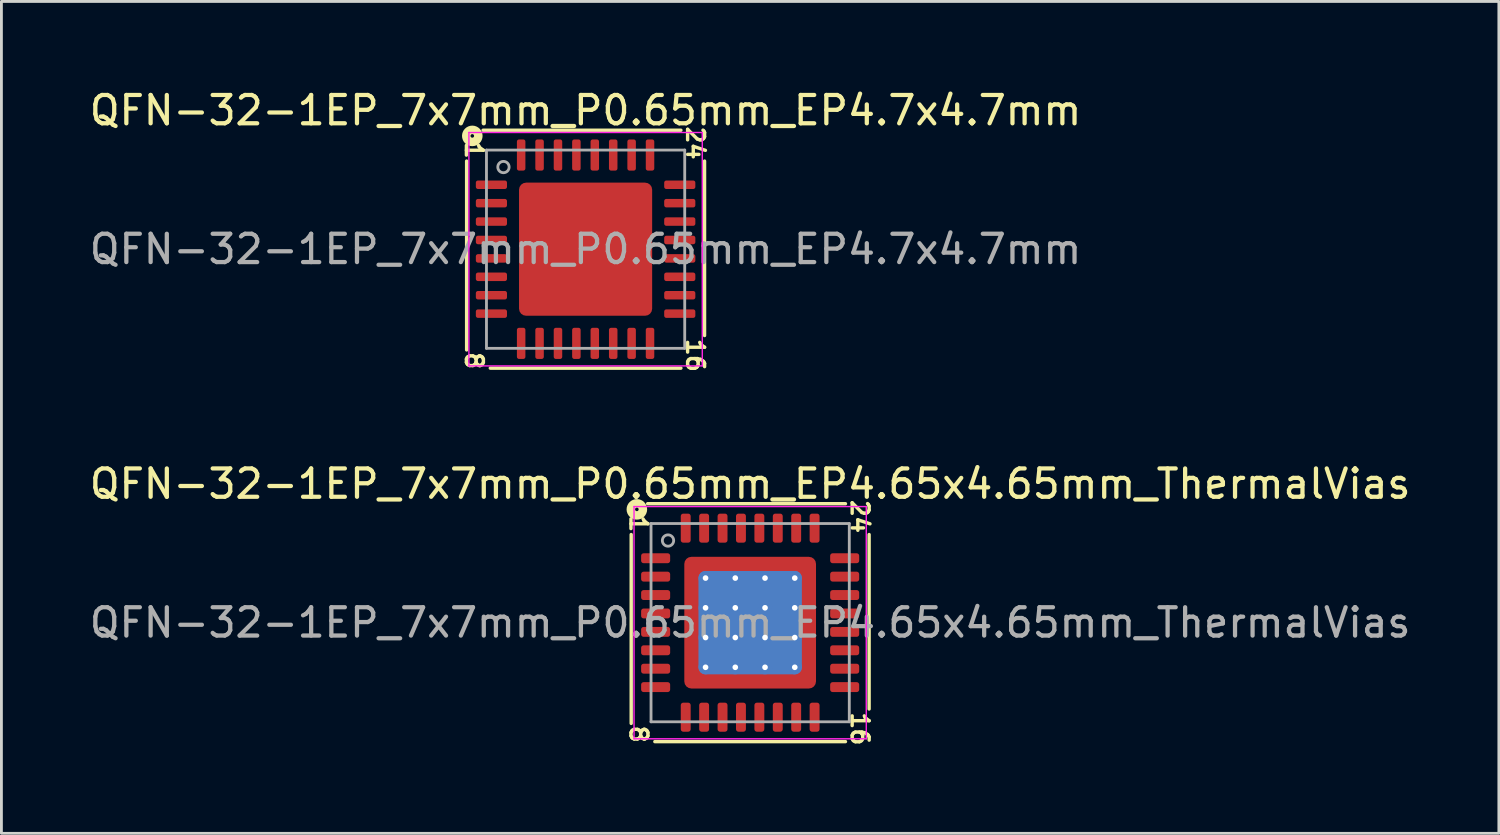
<source format=kicad_pcb>
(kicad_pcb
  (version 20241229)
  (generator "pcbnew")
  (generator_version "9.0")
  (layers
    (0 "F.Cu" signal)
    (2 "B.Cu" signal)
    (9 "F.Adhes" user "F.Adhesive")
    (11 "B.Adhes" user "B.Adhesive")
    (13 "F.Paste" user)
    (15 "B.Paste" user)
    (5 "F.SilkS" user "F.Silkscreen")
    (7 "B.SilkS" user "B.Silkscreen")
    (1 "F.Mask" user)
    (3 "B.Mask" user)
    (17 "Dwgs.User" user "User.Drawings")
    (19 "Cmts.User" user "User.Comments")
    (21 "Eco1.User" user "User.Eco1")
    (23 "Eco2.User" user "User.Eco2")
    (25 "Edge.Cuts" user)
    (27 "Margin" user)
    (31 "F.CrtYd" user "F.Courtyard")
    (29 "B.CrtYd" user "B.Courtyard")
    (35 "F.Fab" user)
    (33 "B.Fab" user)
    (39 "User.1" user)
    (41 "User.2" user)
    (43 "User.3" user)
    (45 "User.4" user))
  (footprint "QFN-32-1EP_7x7mm_P0.65mm_EP4.65x4.65mm_ThermalVias"
    (layer "F.Cu")
    (at 23.435 18.934)
    (property "Reference" "QFN-32-1EP_7x7mm_P0.65mm_EP4.65x4.65mm_ThermalVias" (at 0 -4.9 0) (layer "F.SilkS") (effects (font (size 1 1) (thickness 0.15))))
    (attr smd)
    (fp_line (start -4.2 -3.111) (end -4.2 3.556) (stroke (width 0.12) (type solid)) (layer "F.SilkS"))
    (fp_line (start -3.365 4.2) (end 3.365 4.2) (stroke (width 0.12) (type solid)) (layer "F.SilkS"))
    (fp_line (start 3.365 -4.2) (end -3.619 -4.2) (stroke (width 0.12) (type solid)) (layer "F.SilkS"))
    (fp_line (start 4.2 3.048) (end 4.2 -3.111) (stroke (width 0.12) (type solid)) (layer "F.SilkS"))
    (fp_circle (center -4 -4) (end -3.937 -4) (stroke (width 0.3) (type solid)) (fill no) (layer "F.SilkS"))
    (fp_line (start -4.1 -4.1) (end -4.1 4.1) (stroke (width 0.05) (type solid)) (layer "F.CrtYd"))
    (fp_line (start -4.1 4.1) (end 4.1 4.1) (stroke (width 0.05) (type solid)) (layer "F.CrtYd"))
    (fp_line (start 4.1 -4.1) (end -4.1 -4.1) (stroke (width 0.05) (type solid)) (layer "F.CrtYd"))
    (fp_line (start 4.1 4.1) (end 4.1 -4.1) (stroke (width 0.05) (type solid)) (layer "F.CrtYd"))
    (fp_line (start -3.5 -3.5) (end 3.5 -3.5) (stroke (width 0.1) (type solid)) (layer "F.Fab"))
    (fp_line (start -3.5 3.5) (end -3.5 -3.5) (stroke (width 0.1) (type solid)) (layer "F.Fab"))
    (fp_line (start 3.5 -3.5) (end 3.5 3.5) (stroke (width 0.1) (type solid)) (layer "F.Fab"))
    (fp_line (start 3.5 3.5) (end -3.5 3.5) (stroke (width 0.1) (type solid)) (layer "F.Fab"))
    (fp_circle (center -2.9 -2.9) (end -2.7 -2.9) (stroke (width 0.1) (type solid)) (fill no) (layer "F.Fab"))
    (fp_text user "8" (at -3.937 3.937 270) (unlocked yes) (layer "F.SilkS") (effects (font (size 0.6 0.6) (thickness 0.12))))
    (fp_text user "16" (at 3.873 3.747 270) (unlocked yes) (layer "F.SilkS") (effects (font (size 0.6 0.6) (thickness 0.12))))
    (fp_text user "24" (at 3.873 -3.747 270) (unlocked yes) (layer "F.SilkS") (effects (font (size 0.6 0.6) (thickness 0.12))))
    (fp_text user "1" (at -3.937 -3.493 270) (unlocked yes) (layer "F.SilkS") (effects (font (size 0.6 0.6) (thickness 0.12))))
    (fp_text user "${REFERENCE}" (at 0 0 0) (layer "F.Fab") (effects (font (size 1 1) (thickness 0.15))))
    (pad "" smd custom (at -1.95 -1.95) (size 0.507 0.507) (layers "F.Paste") (options (anchor circle)) (primitives (gr_poly (pts (xy 0.205 0.125) (xy 0.125 0.205) (xy -0.205 0.205) (xy -0.205 -0.205) (xy 0.205 -0.205)) (width 0.194) (fill yes))))
    (pad "" smd custom (at -1.95 -1.05) (size 0.528 0.528) (layers "F.Paste") (options (anchor circle)) (primitives (gr_poly (pts (xy 0.226 -0.283) (xy 0.226 0.283) (xy 0.162 0.347) (xy -0.226 0.347) (xy -0.226 -0.347) (xy 0.162 -0.347)) (width 0.153) (fill yes))))
    (pad "" smd custom (at -1.95 0) (size 0.528 0.528) (layers "F.Paste") (options (anchor circle)) (primitives (gr_poly (pts (xy 0.226 -0.283) (xy 0.226 0.283) (xy 0.162 0.347) (xy -0.226 0.347) (xy -0.226 -0.347) (xy 0.162 -0.347)) (width 0.153) (fill yes))))
    (pad "" smd custom (at -1.95 1.05) (size 0.528 0.528) (layers "F.Paste") (options (anchor circle)) (primitives (gr_poly (pts (xy 0.226 -0.283) (xy 0.226 0.283) (xy 0.162 0.347) (xy -0.226 0.347) (xy -0.226 -0.347) (xy 0.162 -0.347)) (width 0.153) (fill yes))))
    (pad "" smd custom (at -1.95 1.95) (size 0.507 0.507) (layers "F.Paste") (options (anchor circle)) (primitives (gr_poly (pts (xy 0.205 -0.125) (xy 0.205 0.205) (xy -0.205 0.205) (xy -0.205 -0.205) (xy 0.125 -0.205)) (width 0.194) (fill yes))))
    (pad "" smd custom (at -1.05 -1.95) (size 0.528 0.528) (layers "F.Paste") (options (anchor circle)) (primitives (gr_poly (pts (xy 0.347 0.162) (xy 0.283 0.226) (xy -0.283 0.226) (xy -0.347 0.162) (xy -0.347 -0.226) (xy 0.347 -0.226)) (width 0.153) (fill yes))))
    (pad "" smd roundrect (at -1.05 -1.05) (size 0.847 0.847) (layers "F.Paste") (roundrect_rratio 0.25))
    (pad "" smd roundrect (at -1.05 0) (size 0.847 0.847) (layers "F.Paste") (roundrect_rratio 0.25))
    (pad "" smd roundrect (at -1.05 1.05) (size 0.847 0.847) (layers "F.Paste") (roundrect_rratio 0.25))
    (pad "" smd custom (at -1.05 1.95) (size 0.528 0.528) (layers "F.Paste") (options (anchor circle)) (primitives (gr_poly (pts (xy 0.347 -0.162) (xy 0.347 0.226) (xy -0.347 0.226) (xy -0.347 -0.162) (xy -0.283 -0.226) (xy 0.283 -0.226)) (width 0.153) (fill yes))))
    (pad "" smd custom (at 0 -1.95) (size 0.528 0.528) (layers "F.Paste") (options (anchor circle)) (primitives (gr_poly (pts (xy 0.347 0.162) (xy 0.283 0.226) (xy -0.283 0.226) (xy -0.347 0.162) (xy -0.347 -0.226) (xy 0.347 -0.226)) (width 0.153) (fill yes))))
    (pad "" smd roundrect (at 0 -1.05) (size 0.847 0.847) (layers "F.Paste") (roundrect_rratio 0.25))
    (pad "" smd roundrect (at 0 0) (size 0.847 0.847) (layers "F.Paste") (roundrect_rratio 0.25))
    (pad "" smd roundrect (at 0 1.05) (size 0.847 0.847) (layers "F.Paste") (roundrect_rratio 0.25))
    (pad "" smd custom (at 0 1.95) (size 0.528 0.528) (layers "F.Paste") (options (anchor circle)) (primitives (gr_poly (pts (xy 0.347 -0.162) (xy 0.347 0.226) (xy -0.347 0.226) (xy -0.347 -0.162) (xy -0.283 -0.226) (xy 0.283 -0.226)) (width 0.153) (fill yes))))
    (pad "" smd custom (at 1.05 -1.95) (size 0.528 0.528) (layers "F.Paste") (options (anchor circle)) (primitives (gr_poly (pts (xy 0.347 0.162) (xy 0.283 0.226) (xy -0.283 0.226) (xy -0.347 0.162) (xy -0.347 -0.226) (xy 0.347 -0.226)) (width 0.153) (fill yes))))
    (pad "" smd roundrect (at 1.05 -1.05) (size 0.847 0.847) (layers "F.Paste") (roundrect_rratio 0.25))
    (pad "" smd roundrect (at 1.05 0) (size 0.847 0.847) (layers "F.Paste") (roundrect_rratio 0.25))
    (pad "" smd roundrect (at 1.05 1.05) (size 0.847 0.847) (layers "F.Paste") (roundrect_rratio 0.25))
    (pad "" smd custom (at 1.05 1.95) (size 0.528 0.528) (layers "F.Paste") (options (anchor circle)) (primitives (gr_poly (pts (xy 0.347 -0.162) (xy 0.347 0.226) (xy -0.347 0.226) (xy -0.347 -0.162) (xy -0.283 -0.226) (xy 0.283 -0.226)) (width 0.153) (fill yes))))
    (pad "" smd custom (at 1.95 -1.95) (size 0.507 0.507) (layers "F.Paste") (options (anchor circle)) (primitives (gr_poly (pts (xy 0.205 0.205) (xy -0.125 0.205) (xy -0.205 0.125) (xy -0.205 -0.205) (xy 0.205 -0.205)) (width 0.194) (fill yes))))
    (pad "" smd custom (at 1.95 -1.05) (size 0.528 0.528) (layers "F.Paste") (options (anchor circle)) (primitives (gr_poly (pts (xy 0.226 0.347) (xy -0.162 0.347) (xy -0.226 0.283) (xy -0.226 -0.283) (xy -0.162 -0.347) (xy 0.226 -0.347)) (width 0.153) (fill yes))))
    (pad "" smd custom (at 1.95 0) (size 0.528 0.528) (layers "F.Paste") (options (anchor circle)) (primitives (gr_poly (pts (xy 0.226 0.347) (xy -0.162 0.347) (xy -0.226 0.283) (xy -0.226 -0.283) (xy -0.162 -0.347) (xy 0.226 -0.347)) (width 0.153) (fill yes))))
    (pad "" smd custom (at 1.95 1.05) (size 0.528 0.528) (layers "F.Paste") (options (anchor circle)) (primitives (gr_poly (pts (xy 0.226 0.347) (xy -0.162 0.347) (xy -0.226 0.283) (xy -0.226 -0.283) (xy -0.162 -0.347) (xy 0.226 -0.347)) (width 0.153) (fill yes))))
    (pad "" smd custom (at 1.95 1.95) (size 0.507 0.507) (layers "F.Paste") (options (anchor circle)) (primitives (gr_poly (pts (xy 0.205 0.205) (xy -0.205 0.205) (xy -0.205 -0.125) (xy -0.125 -0.205) (xy 0.205 -0.205)) (width 0.194) (fill yes))))
    (pad "1" smd roundrect (at -3.337 -2.275) (size 1.025 0.35) (layers "F.Cu" "F.Mask" "F.Paste") (roundrect_rratio 0.25))
    (pad "2" smd roundrect (at -3.337 -1.625) (size 1.025 0.35) (layers "F.Cu" "F.Mask" "F.Paste") (roundrect_rratio 0.25))
    (pad "3" smd roundrect (at -3.337 -0.975) (size 1.025 0.35) (layers "F.Cu" "F.Mask" "F.Paste") (roundrect_rratio 0.25))
    (pad "4" smd roundrect (at -3.337 -0.325) (size 1.025 0.35) (layers "F.Cu" "F.Mask" "F.Paste") (roundrect_rratio 0.25))
    (pad "5" smd roundrect (at -3.337 0.325) (size 1.025 0.35) (layers "F.Cu" "F.Mask" "F.Paste") (roundrect_rratio 0.25))
    (pad "6" smd roundrect (at -3.337 0.975) (size 1.025 0.35) (layers "F.Cu" "F.Mask" "F.Paste") (roundrect_rratio 0.25))
    (pad "7" smd roundrect (at -3.337 1.625) (size 1.025 0.35) (layers "F.Cu" "F.Mask" "F.Paste") (roundrect_rratio 0.25))
    (pad "8" smd roundrect (at -3.337 2.275) (size 1.025 0.35) (layers "F.Cu" "F.Mask" "F.Paste") (roundrect_rratio 0.25))
    (pad "9" smd roundrect (at -2.275 3.337) (size 0.35 1.025) (layers "F.Cu" "F.Mask" "F.Paste") (roundrect_rratio 0.25))
    (pad "10" smd roundrect (at -1.625 3.337) (size 0.35 1.025) (layers "F.Cu" "F.Mask" "F.Paste") (roundrect_rratio 0.25))
    (pad "11" smd roundrect (at -0.975 3.337) (size 0.35 1.025) (layers "F.Cu" "F.Mask" "F.Paste") (roundrect_rratio 0.25))
    (pad "12" smd roundrect (at -0.325 3.337) (size 0.35 1.025) (layers "F.Cu" "F.Mask" "F.Paste") (roundrect_rratio 0.25))
    (pad "13" smd roundrect (at 0.325 3.337) (size 0.35 1.025) (layers "F.Cu" "F.Mask" "F.Paste") (roundrect_rratio 0.25))
    (pad "14" smd roundrect (at 0.975 3.337) (size 0.35 1.025) (layers "F.Cu" "F.Mask" "F.Paste") (roundrect_rratio 0.25))
    (pad "15" smd roundrect (at 1.625 3.337) (size 0.35 1.025) (layers "F.Cu" "F.Mask" "F.Paste") (roundrect_rratio 0.25))
    (pad "16" smd roundrect (at 2.275 3.337) (size 0.35 1.025) (layers "F.Cu" "F.Mask" "F.Paste") (roundrect_rratio 0.25))
    (pad "17" smd roundrect (at 3.337 2.275) (size 1.025 0.35) (layers "F.Cu" "F.Mask" "F.Paste") (roundrect_rratio 0.25))
    (pad "18" smd roundrect (at 3.337 1.625) (size 1.025 0.35) (layers "F.Cu" "F.Mask" "F.Paste") (roundrect_rratio 0.25))
    (pad "19" smd roundrect (at 3.337 0.975) (size 1.025 0.35) (layers "F.Cu" "F.Mask" "F.Paste") (roundrect_rratio 0.25))
    (pad "20" smd roundrect (at 3.337 0.325) (size 1.025 0.35) (layers "F.Cu" "F.Mask" "F.Paste") (roundrect_rratio 0.25))
    (pad "21" smd roundrect (at 3.337 -0.325) (size 1.025 0.35) (layers "F.Cu" "F.Mask" "F.Paste") (roundrect_rratio 0.25))
    (pad "22" smd roundrect (at 3.337 -0.975) (size 1.025 0.35) (layers "F.Cu" "F.Mask" "F.Paste") (roundrect_rratio 0.25))
    (pad "23" smd roundrect (at 3.337 -1.625) (size 1.025 0.35) (layers "F.Cu" "F.Mask" "F.Paste") (roundrect_rratio 0.25))
    (pad "24" smd roundrect (at 3.337 -2.275) (size 1.025 0.35) (layers "F.Cu" "F.Mask" "F.Paste") (roundrect_rratio 0.25))
    (pad "25" smd roundrect (at 2.275 -3.337) (size 0.35 1.025) (layers "F.Cu" "F.Mask" "F.Paste") (roundrect_rratio 0.25))
    (pad "26" smd roundrect (at 1.625 -3.337) (size 0.35 1.025) (layers "F.Cu" "F.Mask" "F.Paste") (roundrect_rratio 0.25))
    (pad "27" smd roundrect (at 0.975 -3.337) (size 0.35 1.025) (layers "F.Cu" "F.Mask" "F.Paste") (roundrect_rratio 0.25))
    (pad "28" smd roundrect (at 0.325 -3.337) (size 0.35 1.025) (layers "F.Cu" "F.Mask" "F.Paste") (roundrect_rratio 0.25))
    (pad "29" smd roundrect (at -0.325 -3.337) (size 0.35 1.025) (layers "F.Cu" "F.Mask" "F.Paste") (roundrect_rratio 0.25))
    (pad "30" smd roundrect (at -0.975 -3.337) (size 0.35 1.025) (layers "F.Cu" "F.Mask" "F.Paste") (roundrect_rratio 0.25))
    (pad "31" smd roundrect (at -1.625 -3.337) (size 0.35 1.025) (layers "F.Cu" "F.Mask" "F.Paste") (roundrect_rratio 0.25))
    (pad "32" smd roundrect (at -2.275 -3.337) (size 0.35 1.025) (layers "F.Cu" "F.Mask" "F.Paste") (roundrect_rratio 0.25))
    (pad "33" thru_hole circle (at -1.575 -1.575) (size 0.5 0.5) (drill 0.2) (property pad_prop_heatsink) (layers "*.Cu"))
    (pad "33" thru_hole circle (at -1.575 -0.525) (size 0.5 0.5) (drill 0.2) (property pad_prop_heatsink) (layers "*.Cu"))
    (pad "33" thru_hole circle (at -1.575 0.525) (size 0.5 0.5) (drill 0.2) (property pad_prop_heatsink) (layers "*.Cu"))
    (pad "33" thru_hole circle (at -1.575 1.575) (size 0.5 0.5) (drill 0.2) (property pad_prop_heatsink) (layers "*.Cu"))
    (pad "33" thru_hole circle (at -0.525 -1.575) (size 0.5 0.5) (drill 0.2) (property pad_prop_heatsink) (layers "*.Cu"))
    (pad "33" thru_hole circle (at -0.525 -0.525) (size 0.5 0.5) (drill 0.2) (property pad_prop_heatsink) (layers "*.Cu"))
    (pad "33" thru_hole circle (at -0.525 0.525) (size 0.5 0.5) (drill 0.2) (property pad_prop_heatsink) (layers "*.Cu"))
    (pad "33" thru_hole circle (at -0.525 1.575) (size 0.5 0.5) (drill 0.2) (property pad_prop_heatsink) (layers "*.Cu"))
    (pad "33" smd roundrect (at 0 0) (size 3.65 3.65) (layers "B.Cu" "B.Mask") (roundrect_rratio 0.068))
    (pad "33" smd roundrect (at 0 0) (size 4.65 4.65) (layers "F.Cu" "F.Mask") (roundrect_rratio 0.054))
    (pad "33" thru_hole circle (at 0.525 -1.575) (size 0.5 0.5) (drill 0.2) (property pad_prop_heatsink) (layers "*.Cu"))
    (pad "33" thru_hole circle (at 0.525 -0.525) (size 0.5 0.5) (drill 0.2) (property pad_prop_heatsink) (layers "*.Cu"))
    (pad "33" thru_hole circle (at 0.525 0.525) (size 0.5 0.5) (drill 0.2) (property pad_prop_heatsink) (layers "*.Cu"))
    (pad "33" thru_hole circle (at 0.525 1.575) (size 0.5 0.5) (drill 0.2) (property pad_prop_heatsink) (layers "*.Cu"))
    (pad "33" thru_hole circle (at 1.575 -1.575) (size 0.5 0.5) (drill 0.2) (property pad_prop_heatsink) (layers "*.Cu"))
    (pad "33" thru_hole circle (at 1.575 -0.525) (size 0.5 0.5) (drill 0.2) (property pad_prop_heatsink) (layers "*.Cu"))
    (pad "33" thru_hole circle (at 1.575 0.525) (size 0.5 0.5) (drill 0.2) (property pad_prop_heatsink) (layers "*.Cu"))
    (pad "33" thru_hole circle (at 1.575 1.575) (size 0.5 0.5) (drill 0.2) (property pad_prop_heatsink) (layers "*.Cu")))
  (footprint "QFN-32-1EP_7x7mm_P0.65mm_EP4.7x4.7mm"
    (layer "F.Cu")
    (at 17.625 5.748)
    (property "Reference" "QFN-32-1EP_7x7mm_P0.65mm_EP4.7x4.7mm" (at 0 -4.9 0) (layer "F.SilkS") (effects (font (size 1 1) (thickness 0.15))))
    (attr smd)
    (fp_line (start -4.2 -3.111) (end -4.2 3.556) (stroke (width 0.12) (type solid)) (layer "F.SilkS"))
    (fp_line (start -3.365 4.2) (end 3.365 4.2) (stroke (width 0.12) (type solid)) (layer "F.SilkS"))
    (fp_line (start 3.365 -4.2) (end -3.619 -4.2) (stroke (width 0.12) (type solid)) (layer "F.SilkS"))
    (fp_line (start 4.2 3.048) (end 4.2 -3.111) (stroke (width 0.12) (type solid)) (layer "F.SilkS"))
    (fp_circle (center -4 -4) (end -3.937 -4) (stroke (width 0.3) (type solid)) (fill no) (layer "F.SilkS"))
    (fp_line (start -4.12 -4.12) (end -4.12 4.12) (stroke (width 0.05) (type solid)) (layer "F.CrtYd"))
    (fp_line (start -4.12 4.12) (end 4.12 4.12) (stroke (width 0.05) (type solid)) (layer "F.CrtYd"))
    (fp_line (start 4.12 -4.12) (end -4.12 -4.12) (stroke (width 0.05) (type solid)) (layer "F.CrtYd"))
    (fp_line (start 4.12 4.12) (end 4.12 -4.12) (stroke (width 0.05) (type solid)) (layer "F.CrtYd"))
    (fp_line (start -3.5 -3.5) (end 3.5 -3.5) (stroke (width 0.1) (type solid)) (layer "F.Fab"))
    (fp_line (start -3.5 3.5) (end -3.5 -3.5) (stroke (width 0.1) (type solid)) (layer "F.Fab"))
    (fp_line (start 3.5 -3.5) (end 3.5 3.5) (stroke (width 0.1) (type solid)) (layer "F.Fab"))
    (fp_line (start 3.5 3.5) (end -3.5 3.5) (stroke (width 0.1) (type solid)) (layer "F.Fab"))
    (fp_circle (center -2.9 -2.9) (end -2.7 -2.9) (stroke (width 0.1) (type solid)) (fill no) (layer "F.Fab"))
    (fp_text user "1" (at -3.937 -3.493 270) (unlocked yes) (layer "F.SilkS") (effects (font (size 0.6 0.6) (thickness 0.12))))
    (fp_text user "8" (at -3.937 3.937 270) (unlocked yes) (layer "F.SilkS") (effects (font (size 0.6 0.6) (thickness 0.12))))
    (fp_text user "16" (at 3.873 3.747 270) (unlocked yes) (layer "F.SilkS") (effects (font (size 0.6 0.6) (thickness 0.12))))
    (fp_text user "24" (at 3.873 -3.747 270) (unlocked yes) (layer "F.SilkS") (effects (font (size 0.6 0.6) (thickness 0.12))))
    (fp_text user "${REFERENCE}" (at 0 0 0) (layer "F.Fab") (effects (font (size 1 1) (thickness 0.15))))
    (pad "" smd roundrect (at -1.77 -1.77) (size 0.95 0.95) (layers "F.Paste") (roundrect_rratio 0.25))
    (pad "" smd roundrect (at -1.77 -0.59) (size 0.95 0.95) (layers "F.Paste") (roundrect_rratio 0.25))
    (pad "" smd roundrect (at -1.77 0.59) (size 0.95 0.95) (layers "F.Paste") (roundrect_rratio 0.25))
    (pad "" smd roundrect (at -1.77 1.77) (size 0.95 0.95) (layers "F.Paste") (roundrect_rratio 0.25))
    (pad "" smd roundrect (at -0.59 -1.77) (size 0.95 0.95) (layers "F.Paste") (roundrect_rratio 0.25))
    (pad "" smd roundrect (at -0.59 -0.59) (size 0.95 0.95) (layers "F.Paste") (roundrect_rratio 0.25))
    (pad "" smd roundrect (at -0.59 0.59) (size 0.95 0.95) (layers "F.Paste") (roundrect_rratio 0.25))
    (pad "" smd roundrect (at -0.59 1.77) (size 0.95 0.95) (layers "F.Paste") (roundrect_rratio 0.25))
    (pad "" smd roundrect (at 0.59 -1.77) (size 0.95 0.95) (layers "F.Paste") (roundrect_rratio 0.25))
    (pad "" smd roundrect (at 0.59 -0.59) (size 0.95 0.95) (layers "F.Paste") (roundrect_rratio 0.25))
    (pad "" smd roundrect (at 0.59 0.59) (size 0.95 0.95) (layers "F.Paste") (roundrect_rratio 0.25))
    (pad "" smd roundrect (at 0.59 1.77) (size 0.95 0.95) (layers "F.Paste") (roundrect_rratio 0.25))
    (pad "" smd roundrect (at 1.77 -1.77) (size 0.95 0.95) (layers "F.Paste") (roundrect_rratio 0.25))
    (pad "" smd roundrect (at 1.77 -0.59) (size 0.95 0.95) (layers "F.Paste") (roundrect_rratio 0.25))
    (pad "" smd roundrect (at 1.77 0.59) (size 0.95 0.95) (layers "F.Paste") (roundrect_rratio 0.25))
    (pad "" smd roundrect (at 1.77 1.77) (size 0.95 0.95) (layers "F.Paste") (roundrect_rratio 0.25))
    (pad "1" smd roundrect (at -3.325 -2.275) (size 1.1 0.3) (layers "F.Cu" "F.Mask" "F.Paste") (roundrect_rratio 0.25))
    (pad "2" smd roundrect (at -3.325 -1.625) (size 1.1 0.3) (layers "F.Cu" "F.Mask" "F.Paste") (roundrect_rratio 0.25))
    (pad "3" smd roundrect (at -3.325 -0.975) (size 1.1 0.3) (layers "F.Cu" "F.Mask" "F.Paste") (roundrect_rratio 0.25))
    (pad "4" smd roundrect (at -3.325 -0.325) (size 1.1 0.3) (layers "F.Cu" "F.Mask" "F.Paste") (roundrect_rratio 0.25))
    (pad "5" smd roundrect (at -3.325 0.325) (size 1.1 0.3) (layers "F.Cu" "F.Mask" "F.Paste") (roundrect_rratio 0.25))
    (pad "6" smd roundrect (at -3.325 0.975) (size 1.1 0.3) (layers "F.Cu" "F.Mask" "F.Paste") (roundrect_rratio 0.25))
    (pad "7" smd roundrect (at -3.325 1.625) (size 1.1 0.3) (layers "F.Cu" "F.Mask" "F.Paste") (roundrect_rratio 0.25))
    (pad "8" smd roundrect (at -3.325 2.275) (size 1.1 0.3) (layers "F.Cu" "F.Mask" "F.Paste") (roundrect_rratio 0.25))
    (pad "9" smd roundrect (at -2.275 3.325) (size 0.3 1.1) (layers "F.Cu" "F.Mask" "F.Paste") (roundrect_rratio 0.25))
    (pad "10" smd roundrect (at -1.625 3.325) (size 0.3 1.1) (layers "F.Cu" "F.Mask" "F.Paste") (roundrect_rratio 0.25))
    (pad "11" smd roundrect (at -0.975 3.325) (size 0.3 1.1) (layers "F.Cu" "F.Mask" "F.Paste") (roundrect_rratio 0.25))
    (pad "12" smd roundrect (at -0.325 3.325) (size 0.3 1.1) (layers "F.Cu" "F.Mask" "F.Paste") (roundrect_rratio 0.25))
    (pad "13" smd roundrect (at 0.325 3.325) (size 0.3 1.1) (layers "F.Cu" "F.Mask" "F.Paste") (roundrect_rratio 0.25))
    (pad "14" smd roundrect (at 0.975 3.325) (size 0.3 1.1) (layers "F.Cu" "F.Mask" "F.Paste") (roundrect_rratio 0.25))
    (pad "15" smd roundrect (at 1.625 3.325) (size 0.3 1.1) (layers "F.Cu" "F.Mask" "F.Paste") (roundrect_rratio 0.25))
    (pad "16" smd roundrect (at 2.275 3.325) (size 0.3 1.1) (layers "F.Cu" "F.Mask" "F.Paste") (roundrect_rratio 0.25))
    (pad "17" smd roundrect (at 3.325 2.275) (size 1.1 0.3) (layers "F.Cu" "F.Mask" "F.Paste") (roundrect_rratio 0.25))
    (pad "18" smd roundrect (at 3.325 1.625) (size 1.1 0.3) (layers "F.Cu" "F.Mask" "F.Paste") (roundrect_rratio 0.25))
    (pad "19" smd roundrect (at 3.325 0.975) (size 1.1 0.3) (layers "F.Cu" "F.Mask" "F.Paste") (roundrect_rratio 0.25))
    (pad "20" smd roundrect (at 3.325 0.325) (size 1.1 0.3) (layers "F.Cu" "F.Mask" "F.Paste") (roundrect_rratio 0.25))
    (pad "21" smd roundrect (at 3.325 -0.325) (size 1.1 0.3) (layers "F.Cu" "F.Mask" "F.Paste") (roundrect_rratio 0.25))
    (pad "22" smd roundrect (at 3.325 -0.975) (size 1.1 0.3) (layers "F.Cu" "F.Mask" "F.Paste") (roundrect_rratio 0.25))
    (pad "23" smd roundrect (at 3.325 -1.625) (size 1.1 0.3) (layers "F.Cu" "F.Mask" "F.Paste") (roundrect_rratio 0.25))
    (pad "24" smd roundrect (at 3.325 -2.275) (size 1.1 0.3) (layers "F.Cu" "F.Mask" "F.Paste") (roundrect_rratio 0.25))
    (pad "25" smd roundrect (at 2.275 -3.325) (size 0.3 1.1) (layers "F.Cu" "F.Mask" "F.Paste") (roundrect_rratio 0.25))
    (pad "26" smd roundrect (at 1.625 -3.325) (size 0.3 1.1) (layers "F.Cu" "F.Mask" "F.Paste") (roundrect_rratio 0.25))
    (pad "27" smd roundrect (at 0.975 -3.325) (size 0.3 1.1) (layers "F.Cu" "F.Mask" "F.Paste") (roundrect_rratio 0.25))
    (pad "28" smd roundrect (at 0.325 -3.325) (size 0.3 1.1) (layers "F.Cu" "F.Mask" "F.Paste") (roundrect_rratio 0.25))
    (pad "29" smd roundrect (at -0.325 -3.325) (size 0.3 1.1) (layers "F.Cu" "F.Mask" "F.Paste") (roundrect_rratio 0.25))
    (pad "30" smd roundrect (at -0.975 -3.325) (size 0.3 1.1) (layers "F.Cu" "F.Mask" "F.Paste") (roundrect_rratio 0.25))
    (pad "31" smd roundrect (at -1.625 -3.325) (size 0.3 1.1) (layers "F.Cu" "F.Mask" "F.Paste") (roundrect_rratio 0.25))
    (pad "32" smd roundrect (at -2.275 -3.325) (size 0.3 1.1) (layers "F.Cu" "F.Mask" "F.Paste") (roundrect_rratio 0.25))
    (pad "33" smd roundrect (at 0 0) (size 4.7 4.7) (layers "F.Cu" "F.Mask") (roundrect_rratio 0.053)))
  (gr_rect
    (start -3 -3)
    (end 49.869 26.372)
    (stroke (width 0.1) (type default))
    (fill no)
    (layer "Edge.Cuts")))
</source>
